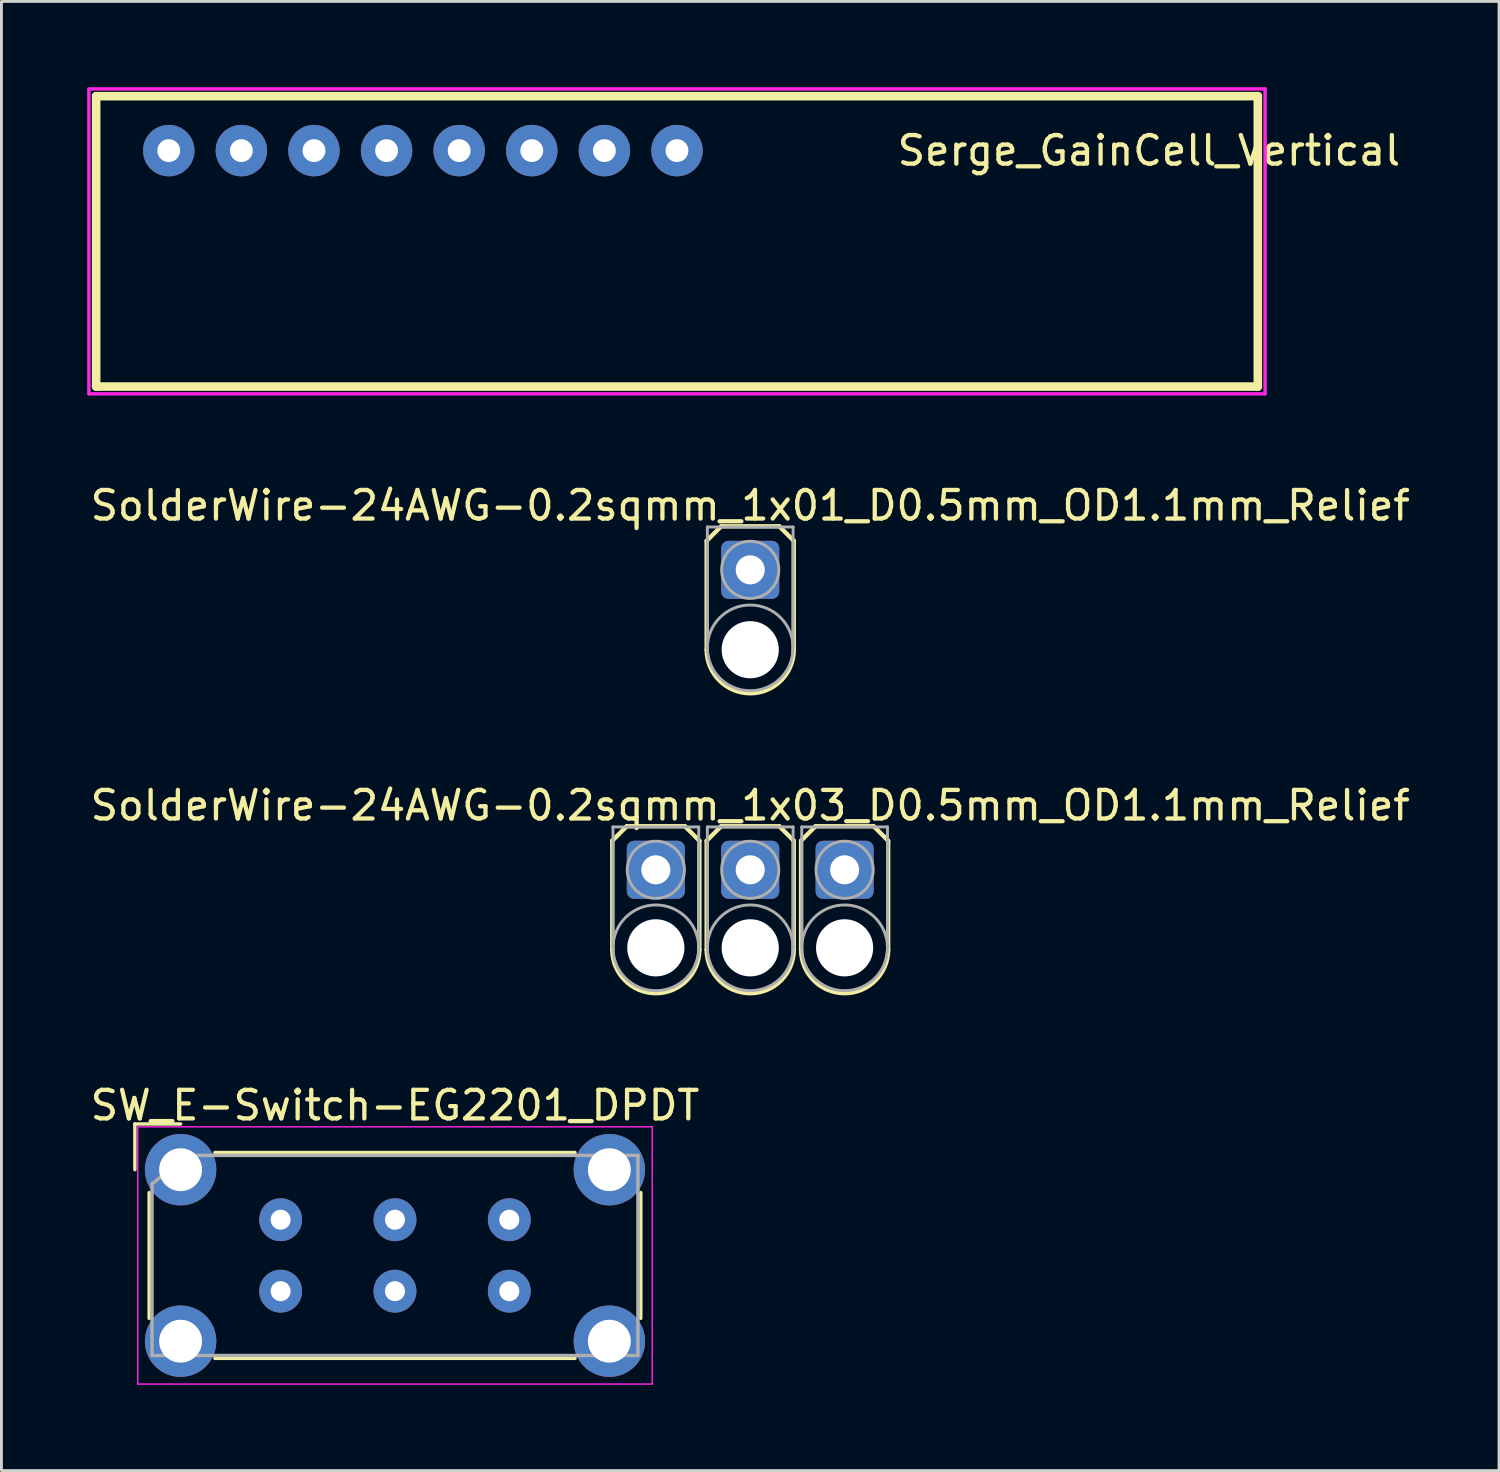
<source format=kicad_pcb>
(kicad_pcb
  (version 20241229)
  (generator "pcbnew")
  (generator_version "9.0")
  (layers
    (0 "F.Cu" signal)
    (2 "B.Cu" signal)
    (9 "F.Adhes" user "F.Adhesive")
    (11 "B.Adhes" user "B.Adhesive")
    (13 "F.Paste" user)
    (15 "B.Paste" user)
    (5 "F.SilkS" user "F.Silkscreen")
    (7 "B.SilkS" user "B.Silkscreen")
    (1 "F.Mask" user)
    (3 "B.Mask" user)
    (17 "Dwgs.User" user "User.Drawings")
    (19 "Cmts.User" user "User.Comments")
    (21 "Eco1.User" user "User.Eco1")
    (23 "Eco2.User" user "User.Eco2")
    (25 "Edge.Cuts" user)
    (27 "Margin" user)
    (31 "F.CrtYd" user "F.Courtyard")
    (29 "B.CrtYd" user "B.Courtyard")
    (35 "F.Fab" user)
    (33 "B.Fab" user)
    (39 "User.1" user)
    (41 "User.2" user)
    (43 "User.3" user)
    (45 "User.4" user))
  (footprint "Serge_GainCell_Vertical"
    (layer "F.Cu")
    (at 2.854 2.219)
    (property "Reference" "Serge_GainCell_Vertical" (at 34.29 0 0) (layer "F.SilkS") (effects (font (size 1 1) (thickness 0.15))))
    (attr through_hole)
    (fp_line (start -2.54 -1.905) (end -2.54 8.255) (stroke (width 0.3) (type solid)) (layer "F.SilkS"))
    (fp_line (start -2.54 8.255) (end 38.1 8.255) (stroke (width 0.3) (type solid)) (layer "F.SilkS"))
    (fp_line (start 38.1 -1.905) (end -2.54 -1.905) (stroke (width 0.3) (type solid)) (layer "F.SilkS"))
    (fp_line (start 38.1 8.255) (end 38.1 -1.905) (stroke (width 0.3) (type solid)) (layer "F.SilkS"))
    (fp_line (start -2.794 -2.159) (end -2.794 8.509) (stroke (width 0.12) (type solid)) (layer "F.CrtYd"))
    (fp_line (start -2.794 8.509) (end 38.354 8.509) (stroke (width 0.12) (type solid)) (layer "F.CrtYd"))
    (fp_line (start 38.354 -2.159) (end -2.794 -2.159) (stroke (width 0.12) (type solid)) (layer "F.CrtYd"))
    (fp_line (start 38.354 8.509) (end 38.354 -2.159) (stroke (width 0.12) (type solid)) (layer "F.CrtYd"))
    (pad "1" thru_hole circle (at 0 0) (size 1.8 1.8) (drill 0.8) (layers "*.Cu" "*.Mask"))
    (pad "2" thru_hole circle (at 2.54 0) (size 1.8 1.8) (drill 0.8) (layers "*.Cu" "*.Mask"))
    (pad "3" thru_hole circle (at 5.08 0) (size 1.8 1.8) (drill 0.8) (layers "*.Cu" "*.Mask"))
    (pad "4" thru_hole circle (at 7.62 0) (size 1.8 1.8) (drill 0.8) (layers "*.Cu" "*.Mask"))
    (pad "5" thru_hole circle (at 10.16 0) (size 1.8 1.8) (drill 0.8) (layers "*.Cu" "*.Mask"))
    (pad "6" thru_hole circle (at 12.7 0) (size 1.8 1.8) (drill 0.8) (layers "*.Cu" "*.Mask"))
    (pad "7" thru_hole circle (at 15.24 0) (size 1.8 1.8) (drill 0.8) (layers "*.Cu" "*.Mask"))
    (pad "8" thru_hole circle (at 17.78 0) (size 1.8 1.8) (drill 0.8) (layers "*.Cu" "*.Mask")))
  (footprint "SolderWire-24AWG-0.2sqmm_1x03_D0.5mm_OD1.1mm_Relief"
    (layer "F.Cu")
    (at 23.196 27.379)
    (property "Reference" "SolderWire-24AWG-0.2sqmm_1x03_D0.5mm_OD1.1mm_Relief" (at 0 -2.25 0) (layer "F.SilkS") (effects (font (size 1 1) (thickness 0.15))))
    (attr exclude_from_pos_files exclude_from_bom)
    (fp_line (start -4.826 -1.016) (end -4.826 2.794) (stroke (width 0.152) (type solid)) (layer "F.SilkS"))
    (fp_line (start -4.318 -1.524) (end -4.826 -1.016) (stroke (width 0.152) (type solid)) (layer "F.SilkS"))
    (fp_line (start -2.286 -1.524) (end -4.318 -1.524) (stroke (width 0.152) (type solid)) (layer "F.SilkS"))
    (fp_line (start -1.778 -1.016) (end -2.286 -1.524) (stroke (width 0.152) (type solid)) (layer "F.SilkS"))
    (fp_line (start -1.778 2.794) (end -1.778 -1.016) (stroke (width 0.152) (type solid)) (layer "F.SilkS"))
    (fp_line (start -1.524 -1.016) (end -1.524 2.794) (stroke (width 0.152) (type solid)) (layer "F.SilkS"))
    (fp_line (start -1.016 -1.524) (end -1.524 -1.016) (stroke (width 0.152) (type solid)) (layer "F.SilkS"))
    (fp_line (start 1.016 -1.524) (end -1.016 -1.524) (stroke (width 0.152) (type solid)) (layer "F.SilkS"))
    (fp_line (start 1.524 -1.016) (end 1.016 -1.524) (stroke (width 0.152) (type solid)) (layer "F.SilkS"))
    (fp_line (start 1.524 2.794) (end 1.524 -1.016) (stroke (width 0.152) (type solid)) (layer "F.SilkS"))
    (fp_line (start 1.778 -1.016) (end 1.778 2.794) (stroke (width 0.152) (type solid)) (layer "F.SilkS"))
    (fp_line (start 2.286 -1.524) (end 1.778 -1.016) (stroke (width 0.152) (type solid)) (layer "F.SilkS"))
    (fp_line (start 4.318 -1.524) (end 2.286 -1.524) (stroke (width 0.152) (type solid)) (layer "F.SilkS"))
    (fp_line (start 4.826 -1.016) (end 4.318 -1.524) (stroke (width 0.152) (type solid)) (layer "F.SilkS"))
    (fp_line (start 4.826 2.794) (end 4.826 -1.016) (stroke (width 0.152) (type solid)) (layer "F.SilkS"))
    (fp_arc (start -1.778 2.794) (mid -3.302 4.318) (end -4.826 2.794) (stroke (width 0.1524) (type solid)) (layer "F.SilkS"))
    (fp_arc (start 1.524 2.794) (mid 0 4.318) (end -1.524 2.794) (stroke (width 0.1524) (type solid)) (layer "F.SilkS"))
    (fp_arc (start 4.826 2.794) (mid 3.302 4.318) (end 1.778 2.794) (stroke (width 0.1524) (type solid)) (layer "F.SilkS"))
    (fp_line (start -4.802 -1.5) (end -4.802 2.73) (stroke (width 0.102) (type solid)) (layer "F.Fab"))
    (fp_line (start -4.802 -1.5) (end -1.802 -1.5) (stroke (width 0.102) (type solid)) (layer "F.Fab"))
    (fp_line (start -1.802 -1.5) (end -1.802 2.73) (stroke (width 0.102) (type solid)) (layer "F.Fab"))
    (fp_line (start -1.5 -1.5) (end -1.5 2.73) (stroke (width 0.102) (type solid)) (layer "F.Fab"))
    (fp_line (start -1.5 -1.5) (end 1.5 -1.5) (stroke (width 0.102) (type solid)) (layer "F.Fab"))
    (fp_line (start 1.5 -1.5) (end 1.5 2.73) (stroke (width 0.102) (type solid)) (layer "F.Fab"))
    (fp_line (start 1.802 -1.5) (end 1.802 2.73) (stroke (width 0.102) (type solid)) (layer "F.Fab"))
    (fp_line (start 1.802 -1.5) (end 4.802 -1.5) (stroke (width 0.102) (type solid)) (layer "F.Fab"))
    (fp_line (start 4.802 -1.5) (end 4.802 2.73) (stroke (width 0.102) (type solid)) (layer "F.Fab"))
    (fp_circle (center -3.302 0) (end -2.302 0) (stroke (width 0.102) (type solid)) (fill no) (layer "F.Fab"))
    (fp_circle (center -3.302 2.73) (end -1.802 2.73) (stroke (width 0.102) (type solid)) (fill no) (layer "F.Fab"))
    (fp_circle (center 0 0) (end 1 0) (stroke (width 0.102) (type solid)) (fill no) (layer "F.Fab"))
    (fp_circle (center 0 2.73) (end 1.5 2.73) (stroke (width 0.102) (type solid)) (fill no) (layer "F.Fab"))
    (fp_circle (center 3.302 0) (end 4.302 0) (stroke (width 0.102) (type solid)) (fill no) (layer "F.Fab"))
    (fp_circle (center 3.302 2.73) (end 4.802 2.73) (stroke (width 0.102) (type solid)) (fill no) (layer "F.Fab"))
    (pad "" np_thru_hole circle (at -3.302 2.73) (size 2 2) (drill 2) (layers "*.Cu" "*.Mask"))
    (pad "" np_thru_hole circle (at 0 2.73) (size 2 2) (drill 2) (layers "*.Cu" "*.Mask"))
    (pad "" np_thru_hole circle (at 3.302 2.73) (size 2 2) (drill 2) (layers "*.Cu" "*.Mask"))
    (pad "1" thru_hole roundrect (at -3.302 0) (size 2.032 2.032) (drill 1.016) (layers "*.Cu" "*.Mask") (roundrect_rratio 0.125))
    (pad "2" thru_hole roundrect (at 0 0) (size 2.032 2.032) (drill 1.016) (layers "*.Cu" "*.Mask") (roundrect_rratio 0.125))
    (pad "3" thru_hole roundrect (at 3.302 0) (size 2.032 2.032) (drill 1.016) (layers "*.Cu" "*.Mask") (roundrect_rratio 0.125)))
  (footprint "SW_E-Switch-EG2201_DPDT"
    (layer "F.Cu")
    (at 6.768 39.621)
    (property "Reference" "SW_E-Switch-EG2201_DPDT" (at 4 -4 0) (layer "F.SilkS") (effects (font (size 1 1) (thickness 0.15))))
    (attr through_hole)
    (fp_line (start -5.1 -3.35) (end -5.1 -1.75) (stroke (width 0.12) (type solid)) (layer "F.SilkS"))
    (fp_line (start -4.6 3.45) (end -4.6 -0.95) (stroke (width 0.12) (type solid)) (layer "F.SilkS"))
    (fp_line (start -3.5 -3.35) (end -5.1 -3.35) (stroke (width 0.12) (type solid)) (layer "F.SilkS"))
    (fp_line (start -2.3 -2.35) (end 10.3 -2.35) (stroke (width 0.12) (type solid)) (layer "F.SilkS"))
    (fp_line (start 10.3 4.85) (end -2.3 4.85) (stroke (width 0.12) (type solid)) (layer "F.SilkS"))
    (fp_line (start 12.6 -0.95) (end 12.6 3.45) (stroke (width 0.12) (type solid)) (layer "F.SilkS"))
    (fp_line (start -5 -3.25) (end -5 5.75) (stroke (width 0.05) (type solid)) (layer "F.CrtYd"))
    (fp_line (start -5 5.75) (end 13 5.75) (stroke (width 0.05) (type solid)) (layer "F.CrtYd"))
    (fp_line (start 13 -3.25) (end -5 -3.25) (stroke (width 0.05) (type solid)) (layer "F.CrtYd"))
    (fp_line (start 13 5.75) (end 13 -3.25) (stroke (width 0.05) (type solid)) (layer "F.CrtYd"))
    (fp_line (start -4.5 -1.25) (end -3.25 -2.25) (stroke (width 0.12) (type solid)) (layer "F.Fab"))
    (fp_line (start -4.5 4.75) (end -4.5 -1.25) (stroke (width 0.12) (type solid)) (layer "F.Fab"))
    (fp_line (start -4.5 4.75) (end 12.5 4.75) (stroke (width 0.12) (type solid)) (layer "F.Fab"))
    (fp_line (start 12.5 -2.25) (end -3.25 -2.25) (stroke (width 0.12) (type solid)) (layer "F.Fab"))
    (fp_line (start 12.5 4.75) (end 12.5 -2.25) (stroke (width 0.12) (type solid)) (layer "F.Fab"))
    (pad "" thru_hole circle (at -3.5 -1.75) (size 2.5 2.5) (drill 1.5) (layers "*.Cu" "*.Mask"))
    (pad "" thru_hole circle (at -3.5 4.25) (size 2.5 2.5) (drill 1.5) (layers "*.Cu" "*.Mask"))
    (pad "" thru_hole circle (at 11.5 -1.75) (size 2.5 2.5) (drill 1.5) (layers "*.Cu" "*.Mask"))
    (pad "" thru_hole circle (at 11.5 4.25) (size 2.5 2.5) (drill 1.5) (layers "*.Cu" "*.Mask"))
    (pad "1" thru_hole circle (at 0 0) (size 1.5 1.5) (drill 0.7) (layers "*.Cu" "*.Mask"))
    (pad "2" thru_hole circle (at 4 0) (size 1.5 1.5) (drill 0.7) (layers "*.Cu" "*.Mask"))
    (pad "3" thru_hole circle (at 8 0) (size 1.5 1.5) (drill 0.7) (layers "*.Cu" "*.Mask"))
    (pad "4" thru_hole circle (at 0 2.5) (size 1.5 1.5) (drill 0.7) (layers "*.Cu" "*.Mask"))
    (pad "5" thru_hole circle (at 4 2.5) (size 1.5 1.5) (drill 0.7) (layers "*.Cu" "*.Mask"))
    (pad "6" thru_hole circle (at 8 2.5) (size 1.5 1.5) (drill 0.7) (layers "*.Cu" "*.Mask")))
  (footprint "SolderWire-24AWG-0.2sqmm_1x01_D0.5mm_OD1.1mm_Relief"
    (layer "F.Cu")
    (at 23.196 16.886)
    (property "Reference" "SolderWire-24AWG-0.2sqmm_1x01_D0.5mm_OD1.1mm_Relief" (at 0 -2.25 0) (layer "F.SilkS") (effects (font (size 1 1) (thickness 0.15))))
    (attr exclude_from_pos_files exclude_from_bom)
    (fp_line (start -1.524 -1.016) (end -1.524 2.794) (stroke (width 0.152) (type solid)) (layer "F.SilkS"))
    (fp_line (start -1.016 -1.524) (end -1.524 -1.016) (stroke (width 0.152) (type solid)) (layer "F.SilkS"))
    (fp_line (start 1.016 -1.524) (end -1.016 -1.524) (stroke (width 0.152) (type solid)) (layer "F.SilkS"))
    (fp_line (start 1.524 -1.016) (end 1.016 -1.524) (stroke (width 0.152) (type solid)) (layer "F.SilkS"))
    (fp_line (start 1.524 2.794) (end 1.524 -1.016) (stroke (width 0.152) (type solid)) (layer "F.SilkS"))
    (fp_arc (start 1.524 2.794) (mid 0 4.318) (end -1.524 2.794) (stroke (width 0.1524) (type solid)) (layer "F.SilkS"))
    (fp_line (start -1.5 -1.5) (end -1.5 2.794) (stroke (width 0.102) (type solid)) (layer "F.Fab"))
    (fp_line (start -1.5 -1.5) (end 1.5 -1.5) (stroke (width 0.102) (type solid)) (layer "F.Fab"))
    (fp_line (start 1.5 -1.5) (end 1.5 2.73) (stroke (width 0.102) (type solid)) (layer "F.Fab"))
    (fp_circle (center 0 0) (end 1 0) (stroke (width 0.102) (type solid)) (fill no) (layer "F.Fab"))
    (fp_circle (center 0 2.73) (end 1.5 2.73) (stroke (width 0.102) (type solid)) (fill no) (layer "F.Fab"))
    (pad "" np_thru_hole circle (at 0 2.794) (size 2 2) (drill 2) (layers "*.Cu" "*.Mask"))
    (pad "1" thru_hole roundrect (at 0 0) (size 2.032 2.032) (drill 1.016) (layers "*.Cu" "*.Mask") (roundrect_rratio 0.125)))
  (gr_rect
    (start -3 -3)
    (end 49.393 48.396)
    (stroke (width 0.1) (type default))
    (fill no)
    (layer "Edge.Cuts")))
</source>
